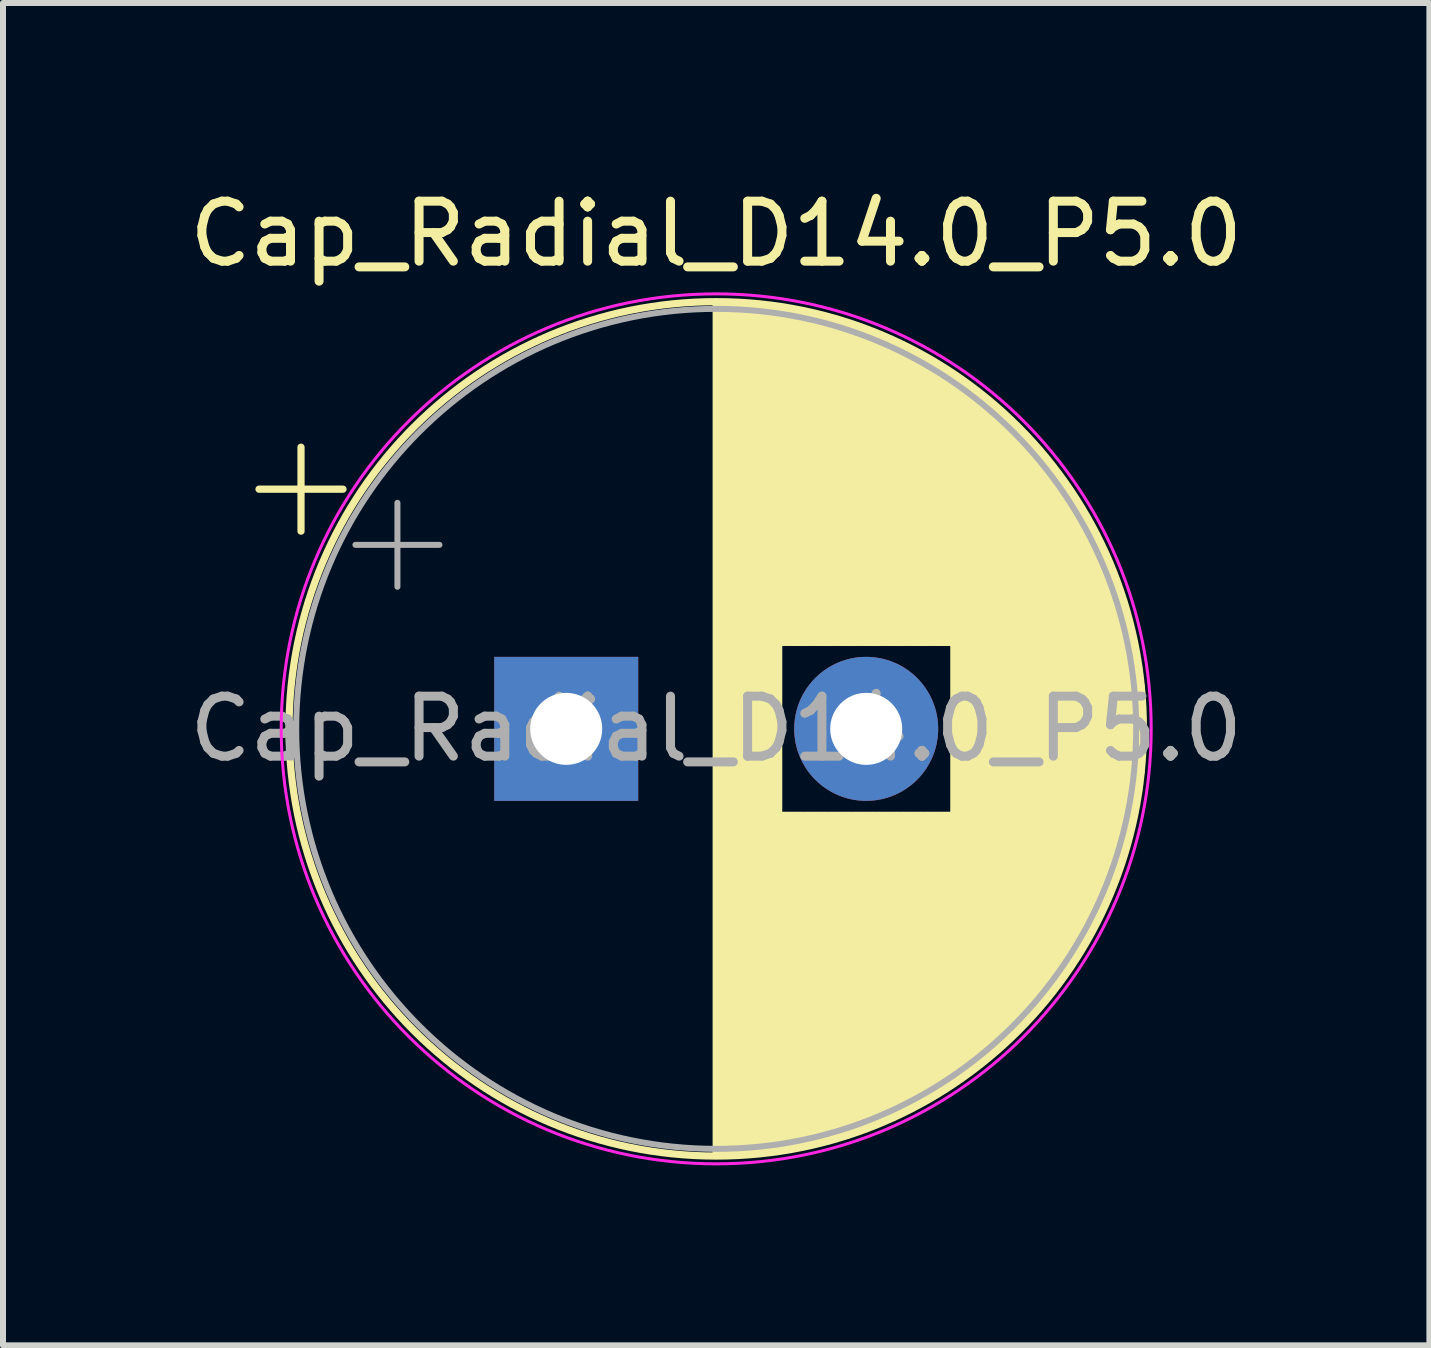
<source format=kicad_pcb>
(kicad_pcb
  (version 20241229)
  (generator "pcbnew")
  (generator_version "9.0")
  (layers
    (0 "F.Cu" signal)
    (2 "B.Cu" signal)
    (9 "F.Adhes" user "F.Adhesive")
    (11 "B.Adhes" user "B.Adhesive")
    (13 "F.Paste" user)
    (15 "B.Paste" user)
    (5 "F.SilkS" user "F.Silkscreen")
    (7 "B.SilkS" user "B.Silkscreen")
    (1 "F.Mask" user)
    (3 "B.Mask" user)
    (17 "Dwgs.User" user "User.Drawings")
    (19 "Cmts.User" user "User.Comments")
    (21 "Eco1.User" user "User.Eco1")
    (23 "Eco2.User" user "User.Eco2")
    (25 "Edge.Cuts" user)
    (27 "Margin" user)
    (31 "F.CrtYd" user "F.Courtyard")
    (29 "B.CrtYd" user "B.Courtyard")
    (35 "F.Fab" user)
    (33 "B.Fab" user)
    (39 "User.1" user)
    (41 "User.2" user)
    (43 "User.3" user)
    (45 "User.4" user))
  (footprint "Cap_Radial_D14.0_P5.0"
    (layer "F.Cu")
    (at 8.887 9.098)
    (property "Reference" "Cap_Radial_D14.0_P5.0" (at 0 -8.25 0) (layer "F.SilkS") (effects (font (size 1 1) (thickness 0.15))))
    (attr through_hole)
    (fp_line (start -7.62 -3.995) (end -6.22 -3.995) (stroke (width 0.12) (type solid)) (layer "F.SilkS"))
    (fp_line (start -6.92 -4.695) (end -6.92 -3.295) (stroke (width 0.12) (type solid)) (layer "F.SilkS"))
    (fp_line (start 0 -7.08) (end 0 7.08) (stroke (width 0.12) (type solid)) (layer "F.SilkS"))
    (fp_line (start 0.04 -7.08) (end 0.04 7.08) (stroke (width 0.12) (type solid)) (layer "F.SilkS"))
    (fp_line (start 0.08 -7.08) (end 0.08 7.08) (stroke (width 0.12) (type solid)) (layer "F.SilkS"))
    (fp_line (start 0.12 -7.079) (end 0.12 7.079) (stroke (width 0.12) (type solid)) (layer "F.SilkS"))
    (fp_line (start 0.16 -7.079) (end 0.16 7.079) (stroke (width 0.12) (type solid)) (layer "F.SilkS"))
    (fp_line (start 0.2 -7.078) (end 0.2 7.078) (stroke (width 0.12) (type solid)) (layer "F.SilkS"))
    (fp_line (start 0.24 -7.076) (end 0.24 7.076) (stroke (width 0.12) (type solid)) (layer "F.SilkS"))
    (fp_line (start 0.28 -7.075) (end 0.28 7.075) (stroke (width 0.12) (type solid)) (layer "F.SilkS"))
    (fp_line (start 0.32 -7.073) (end 0.32 7.073) (stroke (width 0.12) (type solid)) (layer "F.SilkS"))
    (fp_line (start 0.36 -7.071) (end 0.36 7.071) (stroke (width 0.12) (type solid)) (layer "F.SilkS"))
    (fp_line (start 0.4 -7.069) (end 0.4 7.069) (stroke (width 0.12) (type solid)) (layer "F.SilkS"))
    (fp_line (start 0.44 -7.067) (end 0.44 7.067) (stroke (width 0.12) (type solid)) (layer "F.SilkS"))
    (fp_line (start 0.48 -7.064) (end 0.48 7.064) (stroke (width 0.12) (type solid)) (layer "F.SilkS"))
    (fp_line (start 0.52 -7.061) (end 0.52 7.061) (stroke (width 0.12) (type solid)) (layer "F.SilkS"))
    (fp_line (start 0.56 -7.058) (end 0.56 7.058) (stroke (width 0.12) (type solid)) (layer "F.SilkS"))
    (fp_line (start 0.6 -7.055) (end 0.6 7.055) (stroke (width 0.12) (type solid)) (layer "F.SilkS"))
    (fp_line (start 0.64 -7.052) (end 0.64 7.052) (stroke (width 0.12) (type solid)) (layer "F.SilkS"))
    (fp_line (start 0.68 -7.048) (end 0.68 7.048) (stroke (width 0.12) (type solid)) (layer "F.SilkS"))
    (fp_line (start 0.721 -7.044) (end 0.721 7.044) (stroke (width 0.12) (type solid)) (layer "F.SilkS"))
    (fp_line (start 0.761 -7.04) (end 0.761 7.04) (stroke (width 0.12) (type solid)) (layer "F.SilkS"))
    (fp_line (start 0.801 -7.035) (end 0.801 7.035) (stroke (width 0.12) (type solid)) (layer "F.SilkS"))
    (fp_line (start 0.841 -7.031) (end 0.841 7.031) (stroke (width 0.12) (type solid)) (layer "F.SilkS"))
    (fp_line (start 0.881 -7.026) (end 0.881 7.026) (stroke (width 0.12) (type solid)) (layer "F.SilkS"))
    (fp_line (start 0.921 -7.021) (end 0.921 7.021) (stroke (width 0.12) (type solid)) (layer "F.SilkS"))
    (fp_line (start 0.961 -7.015) (end 0.961 7.015) (stroke (width 0.12) (type solid)) (layer "F.SilkS"))
    (fp_line (start 1.001 -7.01) (end 1.001 7.01) (stroke (width 0.12) (type solid)) (layer "F.SilkS"))
    (fp_line (start 1.041 -7.004) (end 1.041 7.004) (stroke (width 0.12) (type solid)) (layer "F.SilkS"))
    (fp_line (start 1.081 -6.998) (end 1.081 -1.44) (stroke (width 0.12) (type solid)) (layer "F.SilkS"))
    (fp_line (start 1.081 1.44) (end 1.081 6.998) (stroke (width 0.12) (type solid)) (layer "F.SilkS"))
    (fp_line (start 1.121 -6.992) (end 1.121 -1.44) (stroke (width 0.12) (type solid)) (layer "F.SilkS"))
    (fp_line (start 1.121 1.44) (end 1.121 6.992) (stroke (width 0.12) (type solid)) (layer "F.SilkS"))
    (fp_line (start 1.161 -6.985) (end 1.161 -1.44) (stroke (width 0.12) (type solid)) (layer "F.SilkS"))
    (fp_line (start 1.161 1.44) (end 1.161 6.985) (stroke (width 0.12) (type solid)) (layer "F.SilkS"))
    (fp_line (start 1.201 -6.979) (end 1.201 -1.44) (stroke (width 0.12) (type solid)) (layer "F.SilkS"))
    (fp_line (start 1.201 1.44) (end 1.201 6.979) (stroke (width 0.12) (type solid)) (layer "F.SilkS"))
    (fp_line (start 1.241 -6.972) (end 1.241 -1.44) (stroke (width 0.12) (type solid)) (layer "F.SilkS"))
    (fp_line (start 1.241 1.44) (end 1.241 6.972) (stroke (width 0.12) (type solid)) (layer "F.SilkS"))
    (fp_line (start 1.281 -6.964) (end 1.281 -1.44) (stroke (width 0.12) (type solid)) (layer "F.SilkS"))
    (fp_line (start 1.281 1.44) (end 1.281 6.964) (stroke (width 0.12) (type solid)) (layer "F.SilkS"))
    (fp_line (start 1.321 -6.957) (end 1.321 -1.44) (stroke (width 0.12) (type solid)) (layer "F.SilkS"))
    (fp_line (start 1.321 1.44) (end 1.321 6.957) (stroke (width 0.12) (type solid)) (layer "F.SilkS"))
    (fp_line (start 1.361 -6.949) (end 1.361 -1.44) (stroke (width 0.12) (type solid)) (layer "F.SilkS"))
    (fp_line (start 1.361 1.44) (end 1.361 6.949) (stroke (width 0.12) (type solid)) (layer "F.SilkS"))
    (fp_line (start 1.401 -6.942) (end 1.401 -1.44) (stroke (width 0.12) (type solid)) (layer "F.SilkS"))
    (fp_line (start 1.401 1.44) (end 1.401 6.942) (stroke (width 0.12) (type solid)) (layer "F.SilkS"))
    (fp_line (start 1.441 -6.933) (end 1.441 -1.44) (stroke (width 0.12) (type solid)) (layer "F.SilkS"))
    (fp_line (start 1.441 1.44) (end 1.441 6.933) (stroke (width 0.12) (type solid)) (layer "F.SilkS"))
    (fp_line (start 1.481 -6.925) (end 1.481 -1.44) (stroke (width 0.12) (type solid)) (layer "F.SilkS"))
    (fp_line (start 1.481 1.44) (end 1.481 6.925) (stroke (width 0.12) (type solid)) (layer "F.SilkS"))
    (fp_line (start 1.521 -6.916) (end 1.521 -1.44) (stroke (width 0.12) (type solid)) (layer "F.SilkS"))
    (fp_line (start 1.521 1.44) (end 1.521 6.916) (stroke (width 0.12) (type solid)) (layer "F.SilkS"))
    (fp_line (start 1.561 -6.907) (end 1.561 -1.44) (stroke (width 0.12) (type solid)) (layer "F.SilkS"))
    (fp_line (start 1.561 1.44) (end 1.561 6.907) (stroke (width 0.12) (type solid)) (layer "F.SilkS"))
    (fp_line (start 1.601 -6.898) (end 1.601 -1.44) (stroke (width 0.12) (type solid)) (layer "F.SilkS"))
    (fp_line (start 1.601 1.44) (end 1.601 6.898) (stroke (width 0.12) (type solid)) (layer "F.SilkS"))
    (fp_line (start 1.641 -6.889) (end 1.641 -1.44) (stroke (width 0.12) (type solid)) (layer "F.SilkS"))
    (fp_line (start 1.641 1.44) (end 1.641 6.889) (stroke (width 0.12) (type solid)) (layer "F.SilkS"))
    (fp_line (start 1.681 -6.879) (end 1.681 -1.44) (stroke (width 0.12) (type solid)) (layer "F.SilkS"))
    (fp_line (start 1.681 1.44) (end 1.681 6.879) (stroke (width 0.12) (type solid)) (layer "F.SilkS"))
    (fp_line (start 1.721 -6.87) (end 1.721 -1.44) (stroke (width 0.12) (type solid)) (layer "F.SilkS"))
    (fp_line (start 1.721 1.44) (end 1.721 6.87) (stroke (width 0.12) (type solid)) (layer "F.SilkS"))
    (fp_line (start 1.761 -6.86) (end 1.761 -1.44) (stroke (width 0.12) (type solid)) (layer "F.SilkS"))
    (fp_line (start 1.761 1.44) (end 1.761 6.86) (stroke (width 0.12) (type solid)) (layer "F.SilkS"))
    (fp_line (start 1.801 -6.849) (end 1.801 -1.44) (stroke (width 0.12) (type solid)) (layer "F.SilkS"))
    (fp_line (start 1.801 1.44) (end 1.801 6.849) (stroke (width 0.12) (type solid)) (layer "F.SilkS"))
    (fp_line (start 1.841 -6.839) (end 1.841 -1.44) (stroke (width 0.12) (type solid)) (layer "F.SilkS"))
    (fp_line (start 1.841 1.44) (end 1.841 6.839) (stroke (width 0.12) (type solid)) (layer "F.SilkS"))
    (fp_line (start 1.881 -6.828) (end 1.881 -1.44) (stroke (width 0.12) (type solid)) (layer "F.SilkS"))
    (fp_line (start 1.881 1.44) (end 1.881 6.828) (stroke (width 0.12) (type solid)) (layer "F.SilkS"))
    (fp_line (start 1.921 -6.817) (end 1.921 -1.44) (stroke (width 0.12) (type solid)) (layer "F.SilkS"))
    (fp_line (start 1.921 1.44) (end 1.921 6.817) (stroke (width 0.12) (type solid)) (layer "F.SilkS"))
    (fp_line (start 1.961 -6.805) (end 1.961 -1.44) (stroke (width 0.12) (type solid)) (layer "F.SilkS"))
    (fp_line (start 1.961 1.44) (end 1.961 6.805) (stroke (width 0.12) (type solid)) (layer "F.SilkS"))
    (fp_line (start 2.001 -6.794) (end 2.001 -1.44) (stroke (width 0.12) (type solid)) (layer "F.SilkS"))
    (fp_line (start 2.001 1.44) (end 2.001 6.794) (stroke (width 0.12) (type solid)) (layer "F.SilkS"))
    (fp_line (start 2.041 -6.782) (end 2.041 -1.44) (stroke (width 0.12) (type solid)) (layer "F.SilkS"))
    (fp_line (start 2.041 1.44) (end 2.041 6.782) (stroke (width 0.12) (type solid)) (layer "F.SilkS"))
    (fp_line (start 2.081 -6.77) (end 2.081 -1.44) (stroke (width 0.12) (type solid)) (layer "F.SilkS"))
    (fp_line (start 2.081 1.44) (end 2.081 6.77) (stroke (width 0.12) (type solid)) (layer "F.SilkS"))
    (fp_line (start 2.121 -6.758) (end 2.121 -1.44) (stroke (width 0.12) (type solid)) (layer "F.SilkS"))
    (fp_line (start 2.121 1.44) (end 2.121 6.758) (stroke (width 0.12) (type solid)) (layer "F.SilkS"))
    (fp_line (start 2.161 -6.745) (end 2.161 -1.44) (stroke (width 0.12) (type solid)) (layer "F.SilkS"))
    (fp_line (start 2.161 1.44) (end 2.161 6.745) (stroke (width 0.12) (type solid)) (layer "F.SilkS"))
    (fp_line (start 2.201 -6.732) (end 2.201 -1.44) (stroke (width 0.12) (type solid)) (layer "F.SilkS"))
    (fp_line (start 2.201 1.44) (end 2.201 6.732) (stroke (width 0.12) (type solid)) (layer "F.SilkS"))
    (fp_line (start 2.241 -6.719) (end 2.241 -1.44) (stroke (width 0.12) (type solid)) (layer "F.SilkS"))
    (fp_line (start 2.241 1.44) (end 2.241 6.719) (stroke (width 0.12) (type solid)) (layer "F.SilkS"))
    (fp_line (start 2.281 -6.706) (end 2.281 -1.44) (stroke (width 0.12) (type solid)) (layer "F.SilkS"))
    (fp_line (start 2.281 1.44) (end 2.281 6.706) (stroke (width 0.12) (type solid)) (layer "F.SilkS"))
    (fp_line (start 2.321 -6.692) (end 2.321 -1.44) (stroke (width 0.12) (type solid)) (layer "F.SilkS"))
    (fp_line (start 2.321 1.44) (end 2.321 6.692) (stroke (width 0.12) (type solid)) (layer "F.SilkS"))
    (fp_line (start 2.361 -6.678) (end 2.361 -1.44) (stroke (width 0.12) (type solid)) (layer "F.SilkS"))
    (fp_line (start 2.361 1.44) (end 2.361 6.678) (stroke (width 0.12) (type solid)) (layer "F.SilkS"))
    (fp_line (start 2.401 -6.664) (end 2.401 -1.44) (stroke (width 0.12) (type solid)) (layer "F.SilkS"))
    (fp_line (start 2.401 1.44) (end 2.401 6.664) (stroke (width 0.12) (type solid)) (layer "F.SilkS"))
    (fp_line (start 2.441 -6.649) (end 2.441 -1.44) (stroke (width 0.12) (type solid)) (layer "F.SilkS"))
    (fp_line (start 2.441 1.44) (end 2.441 6.649) (stroke (width 0.12) (type solid)) (layer "F.SilkS"))
    (fp_line (start 2.481 -6.635) (end 2.481 -1.44) (stroke (width 0.12) (type solid)) (layer "F.SilkS"))
    (fp_line (start 2.481 1.44) (end 2.481 6.635) (stroke (width 0.12) (type solid)) (layer "F.SilkS"))
    (fp_line (start 2.521 -6.62) (end 2.521 -1.44) (stroke (width 0.12) (type solid)) (layer "F.SilkS"))
    (fp_line (start 2.521 1.44) (end 2.521 6.62) (stroke (width 0.12) (type solid)) (layer "F.SilkS"))
    (fp_line (start 2.561 -6.604) (end 2.561 -1.44) (stroke (width 0.12) (type solid)) (layer "F.SilkS"))
    (fp_line (start 2.561 1.44) (end 2.561 6.604) (stroke (width 0.12) (type solid)) (layer "F.SilkS"))
    (fp_line (start 2.601 -6.589) (end 2.601 -1.44) (stroke (width 0.12) (type solid)) (layer "F.SilkS"))
    (fp_line (start 2.601 1.44) (end 2.601 6.589) (stroke (width 0.12) (type solid)) (layer "F.SilkS"))
    (fp_line (start 2.641 -6.573) (end 2.641 -1.44) (stroke (width 0.12) (type solid)) (layer "F.SilkS"))
    (fp_line (start 2.641 1.44) (end 2.641 6.573) (stroke (width 0.12) (type solid)) (layer "F.SilkS"))
    (fp_line (start 2.681 -6.557) (end 2.681 -1.44) (stroke (width 0.12) (type solid)) (layer "F.SilkS"))
    (fp_line (start 2.681 1.44) (end 2.681 6.557) (stroke (width 0.12) (type solid)) (layer "F.SilkS"))
    (fp_line (start 2.721 -6.54) (end 2.721 -1.44) (stroke (width 0.12) (type solid)) (layer "F.SilkS"))
    (fp_line (start 2.721 1.44) (end 2.721 6.54) (stroke (width 0.12) (type solid)) (layer "F.SilkS"))
    (fp_line (start 2.761 -6.524) (end 2.761 -1.44) (stroke (width 0.12) (type solid)) (layer "F.SilkS"))
    (fp_line (start 2.761 1.44) (end 2.761 6.524) (stroke (width 0.12) (type solid)) (layer "F.SilkS"))
    (fp_line (start 2.801 -6.507) (end 2.801 -1.44) (stroke (width 0.12) (type solid)) (layer "F.SilkS"))
    (fp_line (start 2.801 1.44) (end 2.801 6.507) (stroke (width 0.12) (type solid)) (layer "F.SilkS"))
    (fp_line (start 2.841 -6.49) (end 2.841 -1.44) (stroke (width 0.12) (type solid)) (layer "F.SilkS"))
    (fp_line (start 2.841 1.44) (end 2.841 6.49) (stroke (width 0.12) (type solid)) (layer "F.SilkS"))
    (fp_line (start 2.881 -6.472) (end 2.881 -1.44) (stroke (width 0.12) (type solid)) (layer "F.SilkS"))
    (fp_line (start 2.881 1.44) (end 2.881 6.472) (stroke (width 0.12) (type solid)) (layer "F.SilkS"))
    (fp_line (start 2.921 -6.454) (end 2.921 -1.44) (stroke (width 0.12) (type solid)) (layer "F.SilkS"))
    (fp_line (start 2.921 1.44) (end 2.921 6.454) (stroke (width 0.12) (type solid)) (layer "F.SilkS"))
    (fp_line (start 2.961 -6.436) (end 2.961 -1.44) (stroke (width 0.12) (type solid)) (layer "F.SilkS"))
    (fp_line (start 2.961 1.44) (end 2.961 6.436) (stroke (width 0.12) (type solid)) (layer "F.SilkS"))
    (fp_line (start 3.001 -6.418) (end 3.001 -1.44) (stroke (width 0.12) (type solid)) (layer "F.SilkS"))
    (fp_line (start 3.001 1.44) (end 3.001 6.418) (stroke (width 0.12) (type solid)) (layer "F.SilkS"))
    (fp_line (start 3.041 -6.399) (end 3.041 -1.44) (stroke (width 0.12) (type solid)) (layer "F.SilkS"))
    (fp_line (start 3.041 1.44) (end 3.041 6.399) (stroke (width 0.12) (type solid)) (layer "F.SilkS"))
    (fp_line (start 3.081 -6.38) (end 3.081 -1.44) (stroke (width 0.12) (type solid)) (layer "F.SilkS"))
    (fp_line (start 3.081 1.44) (end 3.081 6.38) (stroke (width 0.12) (type solid)) (layer "F.SilkS"))
    (fp_line (start 3.121 -6.36) (end 3.121 -1.44) (stroke (width 0.12) (type solid)) (layer "F.SilkS"))
    (fp_line (start 3.121 1.44) (end 3.121 6.36) (stroke (width 0.12) (type solid)) (layer "F.SilkS"))
    (fp_line (start 3.161 -6.341) (end 3.161 -1.44) (stroke (width 0.12) (type solid)) (layer "F.SilkS"))
    (fp_line (start 3.161 1.44) (end 3.161 6.341) (stroke (width 0.12) (type solid)) (layer "F.SilkS"))
    (fp_line (start 3.201 -6.321) (end 3.201 -1.44) (stroke (width 0.12) (type solid)) (layer "F.SilkS"))
    (fp_line (start 3.201 1.44) (end 3.201 6.321) (stroke (width 0.12) (type solid)) (layer "F.SilkS"))
    (fp_line (start 3.241 -6.301) (end 3.241 -1.44) (stroke (width 0.12) (type solid)) (layer "F.SilkS"))
    (fp_line (start 3.241 1.44) (end 3.241 6.301) (stroke (width 0.12) (type solid)) (layer "F.SilkS"))
    (fp_line (start 3.281 -6.28) (end 3.281 -1.44) (stroke (width 0.12) (type solid)) (layer "F.SilkS"))
    (fp_line (start 3.281 1.44) (end 3.281 6.28) (stroke (width 0.12) (type solid)) (layer "F.SilkS"))
    (fp_line (start 3.321 -6.259) (end 3.321 -1.44) (stroke (width 0.12) (type solid)) (layer "F.SilkS"))
    (fp_line (start 3.321 1.44) (end 3.321 6.259) (stroke (width 0.12) (type solid)) (layer "F.SilkS"))
    (fp_line (start 3.361 -6.238) (end 3.361 -1.44) (stroke (width 0.12) (type solid)) (layer "F.SilkS"))
    (fp_line (start 3.361 1.44) (end 3.361 6.238) (stroke (width 0.12) (type solid)) (layer "F.SilkS"))
    (fp_line (start 3.401 -6.216) (end 3.401 -1.44) (stroke (width 0.12) (type solid)) (layer "F.SilkS"))
    (fp_line (start 3.401 1.44) (end 3.401 6.216) (stroke (width 0.12) (type solid)) (layer "F.SilkS"))
    (fp_line (start 3.441 -6.194) (end 3.441 -1.44) (stroke (width 0.12) (type solid)) (layer "F.SilkS"))
    (fp_line (start 3.441 1.44) (end 3.441 6.194) (stroke (width 0.12) (type solid)) (layer "F.SilkS"))
    (fp_line (start 3.481 -6.172) (end 3.481 -1.44) (stroke (width 0.12) (type solid)) (layer "F.SilkS"))
    (fp_line (start 3.481 1.44) (end 3.481 6.172) (stroke (width 0.12) (type solid)) (layer "F.SilkS"))
    (fp_line (start 3.521 -6.15) (end 3.521 -1.44) (stroke (width 0.12) (type solid)) (layer "F.SilkS"))
    (fp_line (start 3.521 1.44) (end 3.521 6.15) (stroke (width 0.12) (type solid)) (layer "F.SilkS"))
    (fp_line (start 3.561 -6.127) (end 3.561 -1.44) (stroke (width 0.12) (type solid)) (layer "F.SilkS"))
    (fp_line (start 3.561 1.44) (end 3.561 6.127) (stroke (width 0.12) (type solid)) (layer "F.SilkS"))
    (fp_line (start 3.601 -6.103) (end 3.601 -1.44) (stroke (width 0.12) (type solid)) (layer "F.SilkS"))
    (fp_line (start 3.601 1.44) (end 3.601 6.103) (stroke (width 0.12) (type solid)) (layer "F.SilkS"))
    (fp_line (start 3.641 -6.08) (end 3.641 -1.44) (stroke (width 0.12) (type solid)) (layer "F.SilkS"))
    (fp_line (start 3.641 1.44) (end 3.641 6.08) (stroke (width 0.12) (type solid)) (layer "F.SilkS"))
    (fp_line (start 3.681 -6.056) (end 3.681 -1.44) (stroke (width 0.12) (type solid)) (layer "F.SilkS"))
    (fp_line (start 3.681 1.44) (end 3.681 6.056) (stroke (width 0.12) (type solid)) (layer "F.SilkS"))
    (fp_line (start 3.721 -6.031) (end 3.721 -1.44) (stroke (width 0.12) (type solid)) (layer "F.SilkS"))
    (fp_line (start 3.721 1.44) (end 3.721 6.031) (stroke (width 0.12) (type solid)) (layer "F.SilkS"))
    (fp_line (start 3.761 -6.007) (end 3.761 -1.44) (stroke (width 0.12) (type solid)) (layer "F.SilkS"))
    (fp_line (start 3.761 1.44) (end 3.761 6.007) (stroke (width 0.12) (type solid)) (layer "F.SilkS"))
    (fp_line (start 3.801 -5.982) (end 3.801 -1.44) (stroke (width 0.12) (type solid)) (layer "F.SilkS"))
    (fp_line (start 3.801 1.44) (end 3.801 5.982) (stroke (width 0.12) (type solid)) (layer "F.SilkS"))
    (fp_line (start 3.841 -5.956) (end 3.841 -1.44) (stroke (width 0.12) (type solid)) (layer "F.SilkS"))
    (fp_line (start 3.841 1.44) (end 3.841 5.956) (stroke (width 0.12) (type solid)) (layer "F.SilkS"))
    (fp_line (start 3.881 -5.93) (end 3.881 -1.44) (stroke (width 0.12) (type solid)) (layer "F.SilkS"))
    (fp_line (start 3.881 1.44) (end 3.881 5.93) (stroke (width 0.12) (type solid)) (layer "F.SilkS"))
    (fp_line (start 3.921 -5.904) (end 3.921 -1.44) (stroke (width 0.12) (type solid)) (layer "F.SilkS"))
    (fp_line (start 3.921 1.44) (end 3.921 5.904) (stroke (width 0.12) (type solid)) (layer "F.SilkS"))
    (fp_line (start 3.961 -5.878) (end 3.961 5.878) (stroke (width 0.12) (type solid)) (layer "F.SilkS"))
    (fp_line (start 4.001 -5.851) (end 4.001 5.851) (stroke (width 0.12) (type solid)) (layer "F.SilkS"))
    (fp_line (start 4.041 -5.823) (end 4.041 5.823) (stroke (width 0.12) (type solid)) (layer "F.SilkS"))
    (fp_line (start 4.081 -5.796) (end 4.081 5.796) (stroke (width 0.12) (type solid)) (layer "F.SilkS"))
    (fp_line (start 4.121 -5.767) (end 4.121 5.767) (stroke (width 0.12) (type solid)) (layer "F.SilkS"))
    (fp_line (start 4.161 -5.739) (end 4.161 5.739) (stroke (width 0.12) (type solid)) (layer "F.SilkS"))
    (fp_line (start 4.201 -5.71) (end 4.201 5.71) (stroke (width 0.12) (type solid)) (layer "F.SilkS"))
    (fp_line (start 4.241 -5.68) (end 4.241 5.68) (stroke (width 0.12) (type solid)) (layer "F.SilkS"))
    (fp_line (start 4.281 -5.65) (end 4.281 5.65) (stroke (width 0.12) (type solid)) (layer "F.SilkS"))
    (fp_line (start 4.321 -5.62) (end 4.321 5.62) (stroke (width 0.12) (type solid)) (layer "F.SilkS"))
    (fp_line (start 4.361 -5.589) (end 4.361 5.589) (stroke (width 0.12) (type solid)) (layer "F.SilkS"))
    (fp_line (start 4.401 -5.558) (end 4.401 5.558) (stroke (width 0.12) (type solid)) (layer "F.SilkS"))
    (fp_line (start 4.441 -5.527) (end 4.441 5.527) (stroke (width 0.12) (type solid)) (layer "F.SilkS"))
    (fp_line (start 4.481 -5.494) (end 4.481 5.494) (stroke (width 0.12) (type solid)) (layer "F.SilkS"))
    (fp_line (start 4.521 -5.462) (end 4.521 5.462) (stroke (width 0.12) (type solid)) (layer "F.SilkS"))
    (fp_line (start 4.561 -5.429) (end 4.561 5.429) (stroke (width 0.12) (type solid)) (layer "F.SilkS"))
    (fp_line (start 4.601 -5.395) (end 4.601 5.395) (stroke (width 0.12) (type solid)) (layer "F.SilkS"))
    (fp_line (start 4.641 -5.361) (end 4.641 5.361) (stroke (width 0.12) (type solid)) (layer "F.SilkS"))
    (fp_line (start 4.681 -5.326) (end 4.681 5.326) (stroke (width 0.12) (type solid)) (layer "F.SilkS"))
    (fp_line (start 4.721 -5.291) (end 4.721 5.291) (stroke (width 0.12) (type solid)) (layer "F.SilkS"))
    (fp_line (start 4.761 -5.255) (end 4.761 5.255) (stroke (width 0.12) (type solid)) (layer "F.SilkS"))
    (fp_line (start 4.801 -5.219) (end 4.801 5.219) (stroke (width 0.12) (type solid)) (layer "F.SilkS"))
    (fp_line (start 4.841 -5.182) (end 4.841 5.182) (stroke (width 0.12) (type solid)) (layer "F.SilkS"))
    (fp_line (start 4.881 -5.145) (end 4.881 5.145) (stroke (width 0.12) (type solid)) (layer "F.SilkS"))
    (fp_line (start 4.921 -5.107) (end 4.921 5.107) (stroke (width 0.12) (type solid)) (layer "F.SilkS"))
    (fp_line (start 4.961 -5.069) (end 4.961 5.069) (stroke (width 0.12) (type solid)) (layer "F.SilkS"))
    (fp_line (start 5.001 -5.029) (end 5.001 5.029) (stroke (width 0.12) (type solid)) (layer "F.SilkS"))
    (fp_line (start 5.041 -4.99) (end 5.041 4.99) (stroke (width 0.12) (type solid)) (layer "F.SilkS"))
    (fp_line (start 5.081 -4.949) (end 5.081 4.949) (stroke (width 0.12) (type solid)) (layer "F.SilkS"))
    (fp_line (start 5.121 -4.908) (end 5.121 4.908) (stroke (width 0.12) (type solid)) (layer "F.SilkS"))
    (fp_line (start 5.161 -4.866) (end 5.161 4.866) (stroke (width 0.12) (type solid)) (layer "F.SilkS"))
    (fp_line (start 5.201 -4.824) (end 5.201 4.824) (stroke (width 0.12) (type solid)) (layer "F.SilkS"))
    (fp_line (start 5.241 -4.781) (end 5.241 4.781) (stroke (width 0.12) (type solid)) (layer "F.SilkS"))
    (fp_line (start 5.281 -4.737) (end 5.281 4.737) (stroke (width 0.12) (type solid)) (layer "F.SilkS"))
    (fp_line (start 5.321 -4.693) (end 5.321 4.693) (stroke (width 0.12) (type solid)) (layer "F.SilkS"))
    (fp_line (start 5.361 -4.647) (end 5.361 4.647) (stroke (width 0.12) (type solid)) (layer "F.SilkS"))
    (fp_line (start 5.401 -4.601) (end 5.401 4.601) (stroke (width 0.12) (type solid)) (layer "F.SilkS"))
    (fp_line (start 5.441 -4.554) (end 5.441 4.554) (stroke (width 0.12) (type solid)) (layer "F.SilkS"))
    (fp_line (start 5.481 -4.506) (end 5.481 4.506) (stroke (width 0.12) (type solid)) (layer "F.SilkS"))
    (fp_line (start 5.521 -4.458) (end 5.521 4.458) (stroke (width 0.12) (type solid)) (layer "F.SilkS"))
    (fp_line (start 5.561 -4.408) (end 5.561 4.408) (stroke (width 0.12) (type solid)) (layer "F.SilkS"))
    (fp_line (start 5.601 -4.358) (end 5.601 4.358) (stroke (width 0.12) (type solid)) (layer "F.SilkS"))
    (fp_line (start 5.641 -4.306) (end 5.641 4.306) (stroke (width 0.12) (type solid)) (layer "F.SilkS"))
    (fp_line (start 5.681 -4.254) (end 5.681 4.254) (stroke (width 0.12) (type solid)) (layer "F.SilkS"))
    (fp_line (start 5.721 -4.2) (end 5.721 4.2) (stroke (width 0.12) (type solid)) (layer "F.SilkS"))
    (fp_line (start 5.761 -4.146) (end 5.761 4.146) (stroke (width 0.12) (type solid)) (layer "F.SilkS"))
    (fp_line (start 5.801 -4.09) (end 5.801 4.09) (stroke (width 0.12) (type solid)) (layer "F.SilkS"))
    (fp_line (start 5.841 -4.033) (end 5.841 4.033) (stroke (width 0.12) (type solid)) (layer "F.SilkS"))
    (fp_line (start 5.881 -3.975) (end 5.881 3.975) (stroke (width 0.12) (type solid)) (layer "F.SilkS"))
    (fp_line (start 5.921 -3.916) (end 5.921 3.916) (stroke (width 0.12) (type solid)) (layer "F.SilkS"))
    (fp_line (start 5.961 -3.856) (end 5.961 3.856) (stroke (width 0.12) (type solid)) (layer "F.SilkS"))
    (fp_line (start 6.001 -3.794) (end 6.001 3.794) (stroke (width 0.12) (type solid)) (layer "F.SilkS"))
    (fp_line (start 6.041 -3.73) (end 6.041 3.73) (stroke (width 0.12) (type solid)) (layer "F.SilkS"))
    (fp_line (start 6.081 -3.666) (end 6.081 3.666) (stroke (width 0.12) (type solid)) (layer "F.SilkS"))
    (fp_line (start 6.121 -3.599) (end 6.121 3.599) (stroke (width 0.12) (type solid)) (layer "F.SilkS"))
    (fp_line (start 6.161 -3.531) (end 6.161 3.531) (stroke (width 0.12) (type solid)) (layer "F.SilkS"))
    (fp_line (start 6.201 -3.461) (end 6.201 3.461) (stroke (width 0.12) (type solid)) (layer "F.SilkS"))
    (fp_line (start 6.241 -3.389) (end 6.241 3.389) (stroke (width 0.12) (type solid)) (layer "F.SilkS"))
    (fp_line (start 6.281 -3.315) (end 6.281 3.315) (stroke (width 0.12) (type solid)) (layer "F.SilkS"))
    (fp_line (start 6.321 -3.24) (end 6.321 3.24) (stroke (width 0.12) (type solid)) (layer "F.SilkS"))
    (fp_line (start 6.361 -3.161) (end 6.361 3.161) (stroke (width 0.12) (type solid)) (layer "F.SilkS"))
    (fp_line (start 6.401 -3.08) (end 6.401 3.08) (stroke (width 0.12) (type solid)) (layer "F.SilkS"))
    (fp_line (start 6.441 -2.997) (end 6.441 2.997) (stroke (width 0.12) (type solid)) (layer "F.SilkS"))
    (fp_line (start 6.481 -2.911) (end 6.481 2.911) (stroke (width 0.12) (type solid)) (layer "F.SilkS"))
    (fp_line (start 6.521 -2.821) (end 6.521 2.821) (stroke (width 0.12) (type solid)) (layer "F.SilkS"))
    (fp_line (start 6.561 -2.728) (end 6.561 2.728) (stroke (width 0.12) (type solid)) (layer "F.SilkS"))
    (fp_line (start 6.601 -2.632) (end 6.601 2.632) (stroke (width 0.12) (type solid)) (layer "F.SilkS"))
    (fp_line (start 6.641 -2.53) (end 6.641 2.53) (stroke (width 0.12) (type solid)) (layer "F.SilkS"))
    (fp_line (start 6.681 -2.425) (end 6.681 2.425) (stroke (width 0.12) (type solid)) (layer "F.SilkS"))
    (fp_line (start 6.721 -2.313) (end 6.721 2.313) (stroke (width 0.12) (type solid)) (layer "F.SilkS"))
    (fp_line (start 6.761 -2.196) (end 6.761 2.196) (stroke (width 0.12) (type solid)) (layer "F.SilkS"))
    (fp_line (start 6.801 -2.071) (end 6.801 2.071) (stroke (width 0.12) (type solid)) (layer "F.SilkS"))
    (fp_line (start 6.841 -1.938) (end 6.841 1.938) (stroke (width 0.12) (type solid)) (layer "F.SilkS"))
    (fp_line (start 6.881 -1.794) (end 6.881 1.794) (stroke (width 0.12) (type solid)) (layer "F.SilkS"))
    (fp_line (start 6.921 -1.636) (end 6.921 1.636) (stroke (width 0.12) (type solid)) (layer "F.SilkS"))
    (fp_line (start 6.961 -1.461) (end 6.961 1.461) (stroke (width 0.12) (type solid)) (layer "F.SilkS"))
    (fp_line (start 7.001 -1.262) (end 7.001 1.262) (stroke (width 0.12) (type solid)) (layer "F.SilkS"))
    (fp_line (start 7.041 -1.025) (end 7.041 1.025) (stroke (width 0.12) (type solid)) (layer "F.SilkS"))
    (fp_line (start 7.081 -0.714) (end 7.081 0.714) (stroke (width 0.12) (type solid)) (layer "F.SilkS"))
    (fp_circle (center 0 0) (end 7.12 0) (stroke (width 0.12) (type solid)) (fill no) (layer "F.SilkS"))
    (fp_circle (center 0 0) (end 7.25 0) (stroke (width 0.05) (type solid)) (fill no) (layer "F.CrtYd"))
    (fp_line (start -6.013 -3.067) (end -4.613 -3.067) (stroke (width 0.1) (type solid)) (layer "F.Fab"))
    (fp_line (start -5.313 -3.768) (end -5.313 -2.368) (stroke (width 0.1) (type solid)) (layer "F.Fab"))
    (fp_circle (center 0 0) (end 7 0) (stroke (width 0.1) (type solid)) (fill no) (layer "F.Fab"))
    (fp_text user "${REFERENCE}" (at 0 0 0) (layer "F.Fab") (effects (font (size 1 1) (thickness 0.15))))
    (pad "1" thru_hole rect (at -2.5 0) (size 2.4 2.4) (drill 1.2) (layers "*.Cu" "*.Mask"))
    (pad "2" thru_hole circle (at 2.5 0) (size 2.4 2.4) (drill 1.2) (layers "*.Cu" "*.Mask")))
  (gr_rect
    (start -3 -3)
    (end 20.774 19.373)
    (stroke (width 0.1) (type default))
    (fill no)
    (layer "Edge.Cuts")))
</source>
